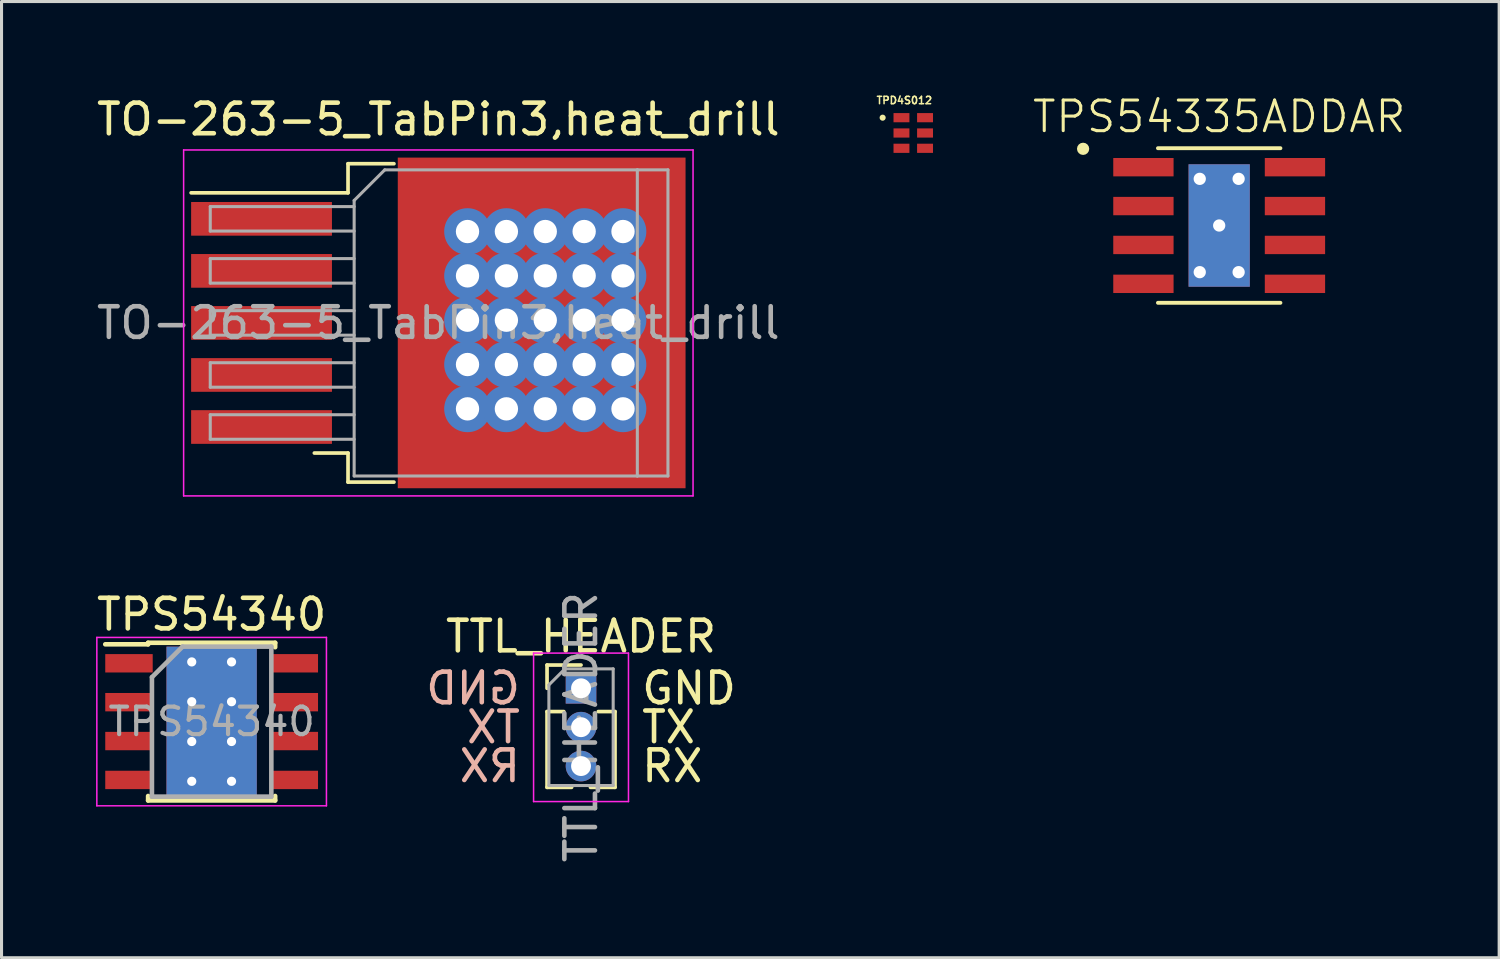
<source format=kicad_pcb>
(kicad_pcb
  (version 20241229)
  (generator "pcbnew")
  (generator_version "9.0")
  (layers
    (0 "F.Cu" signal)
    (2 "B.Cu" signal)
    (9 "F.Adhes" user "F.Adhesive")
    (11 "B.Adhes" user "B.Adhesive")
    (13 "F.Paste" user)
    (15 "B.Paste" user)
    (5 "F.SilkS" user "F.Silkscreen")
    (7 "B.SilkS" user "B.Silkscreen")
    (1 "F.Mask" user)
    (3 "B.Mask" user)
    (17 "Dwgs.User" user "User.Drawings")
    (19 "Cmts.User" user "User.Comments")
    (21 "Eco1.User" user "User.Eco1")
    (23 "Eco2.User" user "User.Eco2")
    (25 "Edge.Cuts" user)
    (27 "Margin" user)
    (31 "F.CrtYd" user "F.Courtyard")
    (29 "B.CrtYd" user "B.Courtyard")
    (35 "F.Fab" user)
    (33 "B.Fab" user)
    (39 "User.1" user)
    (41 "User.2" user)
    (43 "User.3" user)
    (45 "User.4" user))
  (footprint "TO-263-5_TabPin3,heat_drill"
    (layer "F.Cu")
    (at 11.268 7.498)
    (property "Reference" "TO-263-5_TabPin3,heat_drill" (at 0 -6.65 0) (layer "F.SilkS") (effects (font (size 1 1) (thickness 0.15))))
    (attr smd)
    (fp_line (start -2.95 -5.2) (end -2.95 -4.25) (stroke (width 0.12) (type solid)) (layer "F.SilkS"))
    (fp_line (start -2.95 -4.25) (end -8.075 -4.25) (stroke (width 0.12) (type solid)) (layer "F.SilkS"))
    (fp_line (start -2.95 4.25) (end -4.05 4.25) (stroke (width 0.12) (type solid)) (layer "F.SilkS"))
    (fp_line (start -2.95 5.2) (end -2.95 4.25) (stroke (width 0.12) (type solid)) (layer "F.SilkS"))
    (fp_line (start -1.45 -5.2) (end -2.95 -5.2) (stroke (width 0.12) (type solid)) (layer "F.SilkS"))
    (fp_line (start -1.45 5.2) (end -2.95 5.2) (stroke (width 0.12) (type solid)) (layer "F.SilkS"))
    (fp_line (start -8.32 -5.65) (end -8.32 5.65) (stroke (width 0.05) (type solid)) (layer "F.CrtYd"))
    (fp_line (start -8.32 5.65) (end 8.32 5.65) (stroke (width 0.05) (type solid)) (layer "F.CrtYd"))
    (fp_line (start 8.32 -5.65) (end -8.32 -5.65) (stroke (width 0.05) (type solid)) (layer "F.CrtYd"))
    (fp_line (start 8.32 5.65) (end 8.32 -5.65) (stroke (width 0.05) (type solid)) (layer "F.CrtYd"))
    (fp_line (start -7.45 -3.8) (end -7.45 -3) (stroke (width 0.1) (type solid)) (layer "F.Fab"))
    (fp_line (start -7.45 -3) (end -2.75 -3) (stroke (width 0.1) (type solid)) (layer "F.Fab"))
    (fp_line (start -7.45 -2.1) (end -7.45 -1.3) (stroke (width 0.1) (type solid)) (layer "F.Fab"))
    (fp_line (start -7.45 -1.3) (end -2.75 -1.3) (stroke (width 0.1) (type solid)) (layer "F.Fab"))
    (fp_line (start -7.45 -0.4) (end -7.45 0.4) (stroke (width 0.1) (type solid)) (layer "F.Fab"))
    (fp_line (start -7.45 0.4) (end -2.75 0.4) (stroke (width 0.1) (type solid)) (layer "F.Fab"))
    (fp_line (start -7.45 1.3) (end -7.45 2.1) (stroke (width 0.1) (type solid)) (layer "F.Fab"))
    (fp_line (start -7.45 2.1) (end -2.75 2.1) (stroke (width 0.1) (type solid)) (layer "F.Fab"))
    (fp_line (start -7.45 3) (end -7.45 3.8) (stroke (width 0.1) (type solid)) (layer "F.Fab"))
    (fp_line (start -7.45 3.8) (end -2.75 3.8) (stroke (width 0.1) (type solid)) (layer "F.Fab"))
    (fp_line (start -2.75 -4) (end -1.75 -5) (stroke (width 0.1) (type solid)) (layer "F.Fab"))
    (fp_line (start -2.75 -3.8) (end -7.45 -3.8) (stroke (width 0.1) (type solid)) (layer "F.Fab"))
    (fp_line (start -2.75 -2.1) (end -7.45 -2.1) (stroke (width 0.1) (type solid)) (layer "F.Fab"))
    (fp_line (start -2.75 -0.4) (end -7.45 -0.4) (stroke (width 0.1) (type solid)) (layer "F.Fab"))
    (fp_line (start -2.75 1.3) (end -7.45 1.3) (stroke (width 0.1) (type solid)) (layer "F.Fab"))
    (fp_line (start -2.75 3) (end -7.45 3) (stroke (width 0.1) (type solid)) (layer "F.Fab"))
    (fp_line (start -2.75 5) (end -2.75 -4) (stroke (width 0.1) (type solid)) (layer "F.Fab"))
    (fp_line (start -1.75 -5) (end 6.5 -5) (stroke (width 0.1) (type solid)) (layer "F.Fab"))
    (fp_line (start 6.5 -5) (end 6.5 5) (stroke (width 0.1) (type solid)) (layer "F.Fab"))
    (fp_line (start 6.5 -5) (end 7.5 -5) (stroke (width 0.1) (type solid)) (layer "F.Fab"))
    (fp_line (start 6.5 5) (end -2.75 5) (stroke (width 0.1) (type solid)) (layer "F.Fab"))
    (fp_line (start 7.5 -5) (end 7.5 5) (stroke (width 0.1) (type solid)) (layer "F.Fab"))
    (fp_line (start 7.5 5) (end 6.5 5) (stroke (width 0.1) (type solid)) (layer "F.Fab"))
    (fp_text user "${REFERENCE}" (at 0 0 0) (layer "F.Fab") (effects (font (size 1 1) (thickness 0.15))))
    (pad "" smd rect (at 0.95 -2.775) (size 4.55 5.25) (layers "F.Paste"))
    (pad "" smd rect (at 0.95 2.775) (size 4.55 5.25) (layers "F.Paste"))
    (pad "" smd rect (at 5.8 -2.775) (size 4.55 5.25) (layers "F.Paste"))
    (pad "" smd rect (at 5.8 2.775) (size 4.55 5.25) (layers "F.Paste"))
    (pad "1" smd rect (at -5.775 -3.4) (size 4.6 1.1) (layers "F.Cu" "F.Mask" "F.Paste"))
    (pad "2" smd rect (at -5.775 -1.7) (size 4.6 1.1) (layers "F.Cu" "F.Mask" "F.Paste"))
    (pad "3" smd rect (at -5.775 0) (size 4.6 1.1) (layers "F.Cu" "F.Mask" "F.Paste"))
    (pad "3" thru_hole circle (at 0.953 -2.985) (size 1.524 1.524) (drill 0.762) (layers "*.Cu" "*.Mask"))
    (pad "3" thru_hole circle (at 0.953 -1.537) (size 1.524 1.524) (drill 0.762) (layers "*.Cu" "*.Mask"))
    (pad "3" thru_hole circle (at 0.953 -0.089) (size 1.524 1.524) (drill 0.762) (layers "*.Cu" "*.Mask"))
    (pad "3" thru_hole circle (at 0.953 1.359) (size 1.524 1.524) (drill 0.762) (layers "*.Cu" "*.Mask"))
    (pad "3" thru_hole circle (at 0.953 2.807) (size 1.524 1.524) (drill 0.762) (layers "*.Cu" "*.Mask"))
    (pad "3" thru_hole circle (at 2.223 -2.985) (size 1.524 1.524) (drill 0.762) (layers "*.Cu" "*.Mask"))
    (pad "3" thru_hole circle (at 2.223 -1.537) (size 1.524 1.524) (drill 0.762) (layers "*.Cu" "*.Mask"))
    (pad "3" thru_hole circle (at 2.223 -0.089) (size 1.524 1.524) (drill 0.762) (layers "*.Cu" "*.Mask"))
    (pad "3" thru_hole circle (at 2.223 1.359) (size 1.524 1.524) (drill 0.762) (layers "*.Cu" "*.Mask"))
    (pad "3" thru_hole circle (at 2.223 2.807) (size 1.524 1.524) (drill 0.762) (layers "*.Cu" "*.Mask"))
    (pad "3" smd rect (at 3.375 0) (size 9.4 10.8) (layers "F.Cu" "F.Mask"))
    (pad "3" thru_hole circle (at 3.493 -2.985) (size 1.524 1.524) (drill 0.762) (layers "*.Cu" "*.Mask"))
    (pad "3" thru_hole circle (at 3.493 -1.537) (size 1.524 1.524) (drill 0.762) (layers "*.Cu" "*.Mask"))
    (pad "3" thru_hole circle (at 3.493 -0.089) (size 1.524 1.524) (drill 0.762) (layers "*.Cu" "*.Mask"))
    (pad "3" thru_hole circle (at 3.493 1.359) (size 1.524 1.524) (drill 0.762) (layers "*.Cu" "*.Mask"))
    (pad "3" thru_hole circle (at 3.493 2.807) (size 1.524 1.524) (drill 0.762) (layers "*.Cu" "*.Mask"))
    (pad "3" thru_hole circle (at 4.763 -2.985) (size 1.524 1.524) (drill 0.762) (layers "*.Cu" "*.Mask"))
    (pad "3" thru_hole circle (at 4.763 -1.537) (size 1.524 1.524) (drill 0.762) (layers "*.Cu" "*.Mask"))
    (pad "3" thru_hole circle (at 4.763 -0.089) (size 1.524 1.524) (drill 0.762) (layers "*.Cu" "*.Mask"))
    (pad "3" thru_hole circle (at 4.763 1.359) (size 1.524 1.524) (drill 0.762) (layers "*.Cu" "*.Mask"))
    (pad "3" thru_hole circle (at 4.763 2.807) (size 1.524 1.524) (drill 0.762) (layers "*.Cu" "*.Mask"))
    (pad "3" thru_hole circle (at 6.032 -2.985) (size 1.524 1.524) (drill 0.762) (layers "*.Cu" "*.Mask"))
    (pad "3" thru_hole circle (at 6.032 -1.537) (size 1.524 1.524) (drill 0.762) (layers "*.Cu" "*.Mask"))
    (pad "3" thru_hole circle (at 6.032 -0.089) (size 1.524 1.524) (drill 0.762) (layers "*.Cu" "*.Mask"))
    (pad "3" thru_hole circle (at 6.032 1.359) (size 1.524 1.524) (drill 0.762) (layers "*.Cu" "*.Mask"))
    (pad "3" thru_hole circle (at 6.032 2.807) (size 1.524 1.524) (drill 0.762) (layers "*.Cu" "*.Mask"))
    (pad "4" smd rect (at -5.775 1.7) (size 4.6 1.1) (layers "F.Cu" "F.Mask" "F.Paste"))
    (pad "5" smd rect (at -5.775 3.4) (size 4.6 1.1) (layers "F.Cu" "F.Mask" "F.Paste")))
  (footprint "TPS54340"
    (layer "F.Cu")
    (at 3.863 20.521)
    (property "Reference" "TPS54340" (at 0 -3.5 0) (layer "F.SilkS") (effects (font (size 1 1) (thickness 0.15))))
    (attr smd)
    (fp_line (start -2.075 -2.575) (end -2.075 -2.525) (stroke (width 0.15) (type solid)) (layer "F.SilkS"))
    (fp_line (start -2.075 -2.575) (end 2.075 -2.575) (stroke (width 0.15) (type solid)) (layer "F.SilkS"))
    (fp_line (start -2.075 -2.525) (end -3.475 -2.525) (stroke (width 0.15) (type solid)) (layer "F.SilkS"))
    (fp_line (start -2.075 2.575) (end -2.075 2.43) (stroke (width 0.15) (type solid)) (layer "F.SilkS"))
    (fp_line (start -2.075 2.575) (end 2.075 2.575) (stroke (width 0.15) (type solid)) (layer "F.SilkS"))
    (fp_line (start 2.075 -2.575) (end 2.075 -2.43) (stroke (width 0.15) (type solid)) (layer "F.SilkS"))
    (fp_line (start 2.075 2.575) (end 2.075 2.43) (stroke (width 0.15) (type solid)) (layer "F.SilkS"))
    (fp_line (start -3.75 -2.75) (end -3.75 2.75) (stroke (width 0.05) (type solid)) (layer "F.CrtYd"))
    (fp_line (start -3.75 -2.75) (end 3.75 -2.75) (stroke (width 0.05) (type solid)) (layer "F.CrtYd"))
    (fp_line (start -3.75 2.75) (end 3.75 2.75) (stroke (width 0.05) (type solid)) (layer "F.CrtYd"))
    (fp_line (start 3.75 -2.75) (end 3.75 2.75) (stroke (width 0.05) (type solid)) (layer "F.CrtYd"))
    (fp_line (start -1.95 -1.45) (end -0.95 -2.45) (stroke (width 0.15) (type solid)) (layer "F.Fab"))
    (fp_line (start -1.95 2.45) (end -1.95 -1.45) (stroke (width 0.15) (type solid)) (layer "F.Fab"))
    (fp_line (start -0.95 -2.45) (end 1.95 -2.45) (stroke (width 0.15) (type solid)) (layer "F.Fab"))
    (fp_line (start 1.95 -2.45) (end 1.95 2.45) (stroke (width 0.15) (type solid)) (layer "F.Fab"))
    (fp_line (start 1.95 2.45) (end -1.95 2.45) (stroke (width 0.15) (type solid)) (layer "F.Fab"))
    (fp_text user "${REFERENCE}" (at 0 0 0) (layer "F.Fab") (effects (font (size 0.9 0.9) (thickness 0.135))))
    (pad "" smd rect (at 0 0) (size 2.6 3.1) (layers "F.Mask"))
    (pad "" smd rect (at 0 0) (size 2.6 3.1) (layers "F.Paste"))
    (pad "1" smd rect (at -2.7 -1.905) (size 1.55 0.6) (layers "F.Cu" "F.Mask" "F.Paste"))
    (pad "2" smd rect (at -2.7 -0.635) (size 1.55 0.6) (layers "F.Cu" "F.Mask" "F.Paste"))
    (pad "3" smd rect (at -2.7 0.635) (size 1.55 0.6) (layers "F.Cu" "F.Mask" "F.Paste"))
    (pad "4" smd rect (at -2.7 1.905) (size 1.55 0.6) (layers "F.Cu" "F.Mask" "F.Paste"))
    (pad "5" smd rect (at 2.7 1.905) (size 1.55 0.6) (layers "F.Cu" "F.Mask" "F.Paste"))
    (pad "6" smd rect (at 2.7 0.635) (size 1.55 0.6) (layers "F.Cu" "F.Mask" "F.Paste"))
    (pad "7" smd rect (at 2.7 -0.635) (size 1.55 0.6) (layers "F.Cu" "F.Mask" "F.Paste"))
    (pad "8" smd rect (at 2.7 -1.905) (size 1.55 0.6) (layers "F.Cu" "F.Mask" "F.Paste"))
    (pad "9" thru_hole circle (at -0.65 -1.95) (size 0.6 0.6) (drill 0.3) (layers "*.Cu"))
    (pad "9" thru_hole circle (at -0.65 -0.65) (size 0.6 0.6) (drill 0.3) (layers "*.Cu"))
    (pad "9" thru_hole circle (at -0.65 0.65) (size 0.6 0.6) (drill 0.3) (layers "*.Cu"))
    (pad "9" thru_hole circle (at -0.65 1.95) (size 0.6 0.6) (drill 0.3) (layers "*.Cu"))
    (pad "9" smd rect (at 0 0) (size 2.95 4.9) (layers "F.Cu"))
    (pad "9" smd rect (at 0 0) (size 2.95 4.9) (layers "B.Cu"))
    (pad "9" thru_hole circle (at 0.65 -1.95) (size 0.6 0.6) (drill 0.3) (layers "*.Cu"))
    (pad "9" thru_hole circle (at 0.65 -0.65) (size 0.6 0.6) (drill 0.3) (layers "*.Cu"))
    (pad "9" thru_hole circle (at 0.65 0.65) (size 0.6 0.6) (drill 0.3) (layers "*.Cu"))
    (pad "9" thru_hole circle (at 0.65 1.95) (size 0.6 0.6) (drill 0.3) (layers "*.Cu")))
  (footprint "TPD4S012"
    (layer "F.Cu")
    (at 26.781 1.294)
    (property "Reference" "TPD4S012" (at -0.291 -1.066 0) (layer "F.SilkS") (effects (font (size 0.24 0.24) (thickness 0.05))))
    (attr smd)
    (fp_circle (center -1 -0.5) (end -0.9 -0.5) (stroke (width 0) (type solid)) (fill yes) (layer "F.SilkS"))
    (fp_line (start -0.823 -0.873) (end 0.823 -0.873) (stroke (width 0.05) (type solid)) (layer "Eco1.User"))
    (fp_line (start -0.823 0.873) (end -0.823 -0.873) (stroke (width 0.05) (type solid)) (layer "Eco1.User"))
    (fp_line (start 0.823 -0.873) (end 0.823 0.873) (stroke (width 0.05) (type solid)) (layer "Eco1.User"))
    (fp_line (start 0.823 0.873) (end -0.823 0.873) (stroke (width 0.05) (type solid)) (layer "Eco1.User"))
    (fp_line (start -0.5 -0.725) (end -0.5 0.725) (stroke (width 0.127) (type solid)) (layer "Eco2.User"))
    (fp_line (start 0.5 -0.725) (end 0.5 0.725) (stroke (width 0.127) (type solid)) (layer "Eco2.User"))
    (fp_circle (center -0.3 -0.5) (end -0.2 -0.5) (stroke (width 0) (type solid)) (fill yes) (layer "Eco2.User"))
    (pad "1" smd rect (at -0.385 -0.5) (size 0.52 0.3) (layers "F.Cu" "F.Mask" "F.Paste"))
    (pad "2" smd rect (at -0.385 0) (size 0.52 0.3) (layers "F.Cu" "F.Mask" "F.Paste"))
    (pad "3" smd rect (at -0.385 0.5) (size 0.52 0.3) (layers "F.Cu" "F.Mask" "F.Paste"))
    (pad "4" smd rect (at 0.385 0.5) (size 0.52 0.3) (layers "F.Cu" "F.Mask" "F.Paste"))
    (pad "5" smd rect (at 0.385 0 180) (size 0.52 0.3) (layers "F.Cu" "F.Mask" "F.Paste"))
    (pad "6" smd rect (at 0.385 -0.5 180) (size 0.52 0.3) (layers "F.Cu" "F.Mask" "F.Paste")))
  (footprint "TTL_HEADER"
    (layer "F.Cu")
    (at 15.929 19.433)
    (property "Reference" "TTL_HEADER" (at 0 -1.695 0) (layer "F.SilkS") (effects (font (size 1 1) (thickness 0.15))))
    (attr through_hole)
    (fp_line (start -1.11 -0.76) (end 0 -0.76) (stroke (width 0.12) (type solid)) (layer "F.SilkS"))
    (fp_line (start -1.11 0) (end -1.11 -0.76) (stroke (width 0.12) (type solid)) (layer "F.SilkS"))
    (fp_line (start -1.11 0.76) (end -1.11 3.235) (stroke (width 0.12) (type solid)) (layer "F.SilkS"))
    (fp_line (start -1.11 0.76) (end -0.563 0.76) (stroke (width 0.12) (type solid)) (layer "F.SilkS"))
    (fp_line (start -1.11 3.235) (end -0.308 3.235) (stroke (width 0.12) (type solid)) (layer "F.SilkS"))
    (fp_line (start 0.308 3.235) (end 1.11 3.235) (stroke (width 0.12) (type solid)) (layer "F.SilkS"))
    (fp_line (start 0.563 0.76) (end 1.11 0.76) (stroke (width 0.12) (type solid)) (layer "F.SilkS"))
    (fp_line (start 1.11 0.76) (end 1.11 3.235) (stroke (width 0.12) (type solid)) (layer "F.SilkS"))
    (fp_line (start -1.55 -1.15) (end -1.55 3.7) (stroke (width 0.05) (type solid)) (layer "F.CrtYd"))
    (fp_line (start -1.55 3.7) (end 1.55 3.7) (stroke (width 0.05) (type solid)) (layer "F.CrtYd"))
    (fp_line (start 1.55 -1.15) (end -1.55 -1.15) (stroke (width 0.05) (type solid)) (layer "F.CrtYd"))
    (fp_line (start 1.55 3.7) (end 1.55 -1.15) (stroke (width 0.05) (type solid)) (layer "F.CrtYd"))
    (fp_line (start -1.05 -0.11) (end -0.525 -0.635) (stroke (width 0.1) (type solid)) (layer "F.Fab"))
    (fp_line (start -1.05 3.175) (end -1.05 -0.11) (stroke (width 0.1) (type solid)) (layer "F.Fab"))
    (fp_line (start -0.525 -0.635) (end 1.05 -0.635) (stroke (width 0.1) (type solid)) (layer "F.Fab"))
    (fp_line (start 1.05 -0.635) (end 1.05 3.175) (stroke (width 0.1) (type solid)) (layer "F.Fab"))
    (fp_line (start 1.05 3.175) (end -1.05 3.175) (stroke (width 0.1) (type solid)) (layer "F.Fab"))
    (fp_text user "GND" (at 1.905 0 0) (layer "F.SilkS") (effects (font (size 1 1) (thickness 0.15)) (justify left)))
    (fp_text user "TX" (at 1.905 1.27 0) (layer "F.SilkS") (effects (font (size 1 1) (thickness 0.15)) (justify left)))
    (fp_text user "RX" (at 1.905 2.54 0) (layer "F.SilkS") (effects (font (size 1 1) (thickness 0.15)) (justify left)))
    (fp_text user "GND" (at -1.905 0 180) (layer "B.SilkS") (effects (font (size 1 1) (thickness 0.15)) (justify left mirror)))
    (fp_text user "TX" (at -1.905 1.27 180) (layer "B.SilkS") (effects (font (size 1 1) (thickness 0.15)) (justify left mirror)))
    (fp_text user "RX" (at -1.905 2.54 180) (layer "B.SilkS") (effects (font (size 1 1) (thickness 0.15)) (justify left mirror)))
    (fp_text user "${REFERENCE}" (at 0 1.27 90) (layer "F.Fab") (effects (font (size 1 1) (thickness 0.15))))
    (pad "GND" thru_hole rect (at 0 0) (size 1 1) (drill 0.65) (layers "*.Cu" "*.Mask"))
    (pad "RX" thru_hole oval (at 0 2.54) (size 1 1) (drill 0.65) (layers "*.Cu" "*.Mask"))
    (pad "TX" thru_hole oval (at 0 1.27) (size 1 1) (drill 0.65) (layers "*.Cu" "*.Mask")))
  (footprint "TPS54335ADDAR"
    (layer "F.Cu")
    (at 36.774 4.316)
    (property "Reference" "TPS54335ADDAR" (at 0 -3.556 0) (layer "F.SilkS") (effects (font (size 1 1) (thickness 0.1))))
    (attr smd)
    (fp_line (start -2 -2.525) (end 2 -2.525) (stroke (width 0.127) (type solid)) (layer "F.SilkS"))
    (fp_line (start -2 2.525) (end 2 2.525) (stroke (width 0.127) (type solid)) (layer "F.SilkS"))
    (fp_circle (center -4.445 -2.505) (end -4.345 -2.505) (stroke (width 0.2) (type solid)) (fill no) (layer "F.SilkS"))
    (fp_poly (pts (xy -0.645 -0.7) (xy 0.645 -0.7) (xy 0.645 0.7) (xy -0.645 0.7)) (stroke (width 0) (type solid)) (fill yes) (layer "F.Paste"))
    (fp_line (start -3.71 -2.75) (end -3.71 2.75) (stroke (width 0.05) (type solid)) (layer "Eco1.User"))
    (fp_line (start -3.71 -2.75) (end 3.71 -2.75) (stroke (width 0.05) (type solid)) (layer "Eco1.User"))
    (fp_line (start -3.71 2.75) (end 3.71 2.75) (stroke (width 0.05) (type solid)) (layer "Eco1.User"))
    (fp_line (start 3.71 -2.75) (end 3.71 2.75) (stroke (width 0.05) (type solid)) (layer "Eco1.User"))
    (fp_line (start -2 -2.5) (end -2 2.5) (stroke (width 0.127) (type solid)) (layer "Eco2.User"))
    (fp_line (start -2 -2.5) (end 2 -2.5) (stroke (width 0.127) (type solid)) (layer "Eco2.User"))
    (fp_line (start -2 2.5) (end 2 2.5) (stroke (width 0.127) (type solid)) (layer "Eco2.User"))
    (fp_line (start 2 -2.5) (end 2 2.5) (stroke (width 0.127) (type solid)) (layer "Eco2.User"))
    (fp_circle (center -4.445 -2.505) (end -4.345 -2.505) (stroke (width 0.2) (type solid)) (fill no) (layer "Eco2.User"))
    (pad "1" smd rect (at -2.475 -1.905) (size 1.97 0.6) (layers "F.Cu" "F.Mask" "F.Paste"))
    (pad "2" smd rect (at -2.475 -0.635) (size 1.97 0.6) (layers "F.Cu" "F.Mask" "F.Paste"))
    (pad "3" smd rect (at -2.475 0.635) (size 1.97 0.6) (layers "F.Cu" "F.Mask" "F.Paste"))
    (pad "4" smd rect (at -2.475 1.905) (size 1.97 0.6) (layers "F.Cu" "F.Mask" "F.Paste"))
    (pad "5" smd rect (at 2.475 1.905) (size 1.97 0.6) (layers "F.Cu" "F.Mask" "F.Paste"))
    (pad "6" smd rect (at 2.475 0.635) (size 1.97 0.6) (layers "F.Cu" "F.Mask" "F.Paste"))
    (pad "7" smd rect (at 2.475 -0.635) (size 1.97 0.6) (layers "F.Cu" "F.Mask" "F.Paste"))
    (pad "8" smd rect (at 2.475 -1.905) (size 1.97 0.6) (layers "F.Cu" "F.Mask" "F.Paste"))
    (pad "PAD" thru_hole oval (at -0.635 -1.524) (size 0.5 0.5) (drill 0.4) (layers "*.Cu" "F.Mask"))
    (pad "PAD" thru_hole oval (at -0.635 1.524) (size 0.5 0.5) (drill 0.4) (layers "*.Cu" "F.Mask"))
    (pad "PAD" thru_hole rect (at 0 0) (size 2 4) (drill 0.4) (layers "*.Cu" "F.Mask" "F.Paste"))
    (pad "PAD" thru_hole oval (at 0.635 -1.524) (size 0.5 0.5) (drill 0.4) (layers "*.Cu" "F.Mask"))
    (pad "PAD" thru_hole oval (at 0.635 1.524) (size 0.5 0.5) (drill 0.4) (layers "*.Cu" "F.Mask")))
  (gr_rect
    (start -3 -3)
    (end 45.919 28.233)
    (stroke (width 0.1) (type default))
    (fill no)
    (layer "Edge.Cuts")))
</source>
